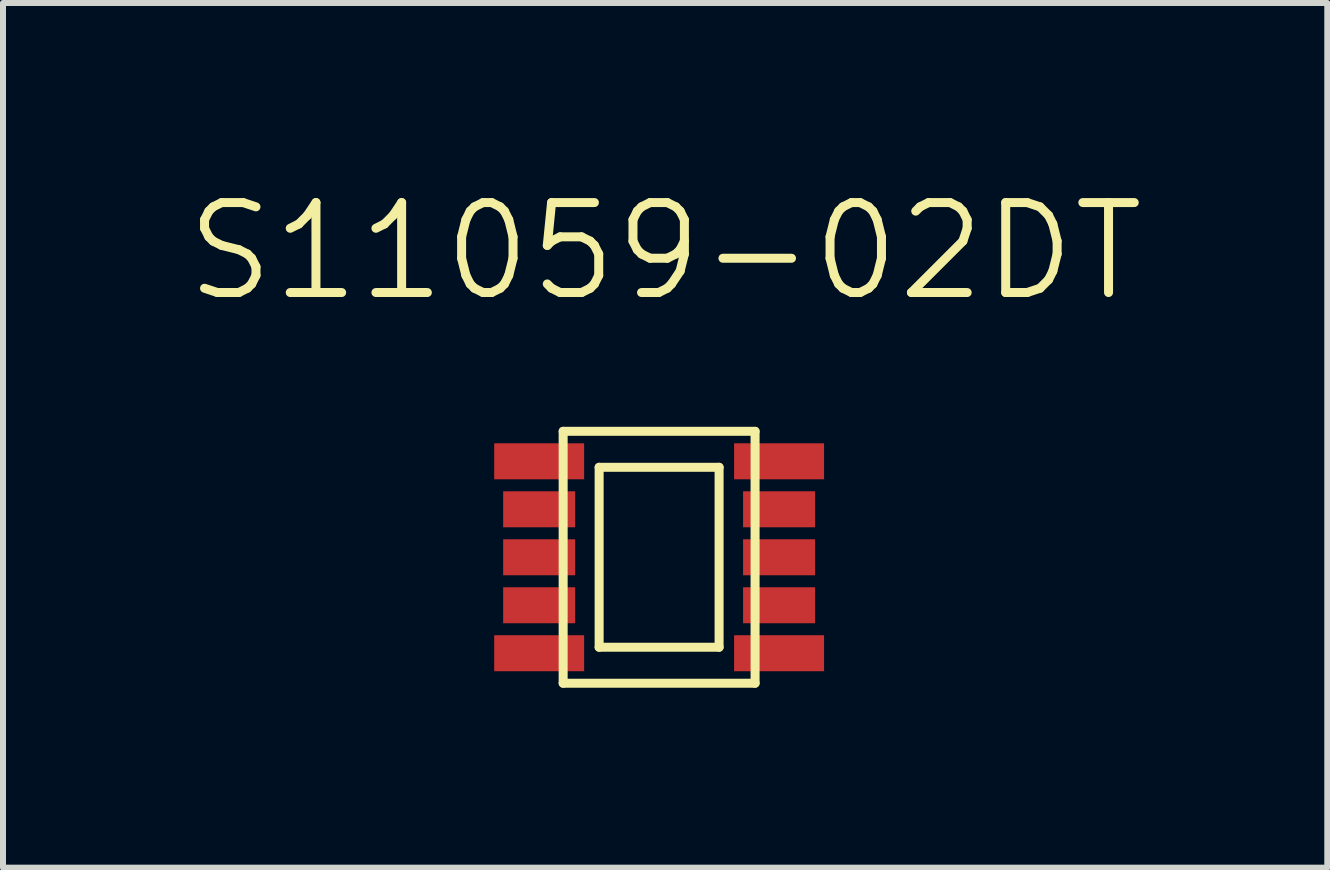
<source format=kicad_pcb>
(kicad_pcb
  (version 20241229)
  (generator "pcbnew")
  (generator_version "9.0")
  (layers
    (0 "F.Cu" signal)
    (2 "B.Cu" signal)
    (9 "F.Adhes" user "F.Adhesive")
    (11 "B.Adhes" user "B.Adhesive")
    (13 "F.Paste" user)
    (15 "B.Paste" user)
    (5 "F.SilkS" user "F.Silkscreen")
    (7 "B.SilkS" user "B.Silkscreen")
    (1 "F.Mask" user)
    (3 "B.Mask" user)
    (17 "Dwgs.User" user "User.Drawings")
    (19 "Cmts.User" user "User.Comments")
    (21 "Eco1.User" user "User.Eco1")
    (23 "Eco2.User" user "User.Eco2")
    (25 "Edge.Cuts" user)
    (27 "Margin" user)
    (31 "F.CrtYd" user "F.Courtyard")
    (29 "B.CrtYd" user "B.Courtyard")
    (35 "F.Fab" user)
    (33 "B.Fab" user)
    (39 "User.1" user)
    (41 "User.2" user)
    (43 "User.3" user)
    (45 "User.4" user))
  (footprint "S11059-02DT"
    (layer "F.Cu")
    (at 7.939 6.241)
    (property "Reference" "S11059-02DT" (at 0.1 -5.1 0) (layer "F.SilkS") (effects (font (size 1.5 1.5) (thickness 0.15))))
    (attr through_hole)
    (fp_line (start -1.6 -2.1) (end -1.6 2.1) (stroke (width 0.15) (type solid)) (layer "F.SilkS"))
    (fp_line (start -1.6 -2.1) (end 1.6 -2.1) (stroke (width 0.15) (type solid)) (layer "F.SilkS"))
    (fp_line (start -1.6 2.1) (end 1.6 2.1) (stroke (width 0.15) (type solid)) (layer "F.SilkS"))
    (fp_line (start -1 -1.5) (end 1 -1.5) (stroke (width 0.15) (type solid)) (layer "F.SilkS"))
    (fp_line (start -1 1.5) (end -1 -1.5) (stroke (width 0.15) (type solid)) (layer "F.SilkS"))
    (fp_line (start 1 -1.5) (end 1 1.5) (stroke (width 0.15) (type solid)) (layer "F.SilkS"))
    (fp_line (start 1 1.5) (end -1 1.5) (stroke (width 0.15) (type solid)) (layer "F.SilkS"))
    (fp_line (start 1.6 -2.1) (end 1.6 2.1) (stroke (width 0.15) (type solid)) (layer "F.SilkS"))
    (pad "1" smd rect (at -2 -1.6) (size 1.5 0.6) (layers "F.Cu" "F.Mask" "F.Paste"))
    (pad "2" smd rect (at -2 -0.8) (size 1.2 0.6) (layers "F.Cu" "F.Mask" "F.Paste"))
    (pad "3" smd rect (at -2 0) (size 1.2 0.6) (layers "F.Cu" "F.Mask" "F.Paste"))
    (pad "4" smd rect (at -2 0.8) (size 1.2 0.6) (layers "F.Cu" "F.Mask" "F.Paste"))
    (pad "5" smd rect (at -2 1.6) (size 1.5 0.6) (layers "F.Cu" "F.Mask" "F.Paste"))
    (pad "6" smd rect (at 2 1.6) (size 1.5 0.6) (layers "F.Cu" "F.Mask" "F.Paste"))
    (pad "7" smd rect (at 2 0.8) (size 1.2 0.6) (layers "F.Cu" "F.Mask" "F.Paste"))
    (pad "8" smd rect (at 2 0) (size 1.2 0.6) (layers "F.Cu" "F.Mask" "F.Paste"))
    (pad "9" smd rect (at 2 -0.8) (size 1.2 0.6) (layers "F.Cu" "F.Mask" "F.Paste"))
    (pad "10" smd rect (at 2 -1.6) (size 1.5 0.6) (layers "F.Cu" "F.Mask" "F.Paste")))
  (gr_rect
    (start -3 -3)
    (end 19.079 11.416)
    (stroke (width 0.1) (type default))
    (fill no)
    (layer "Edge.Cuts")))
</source>
